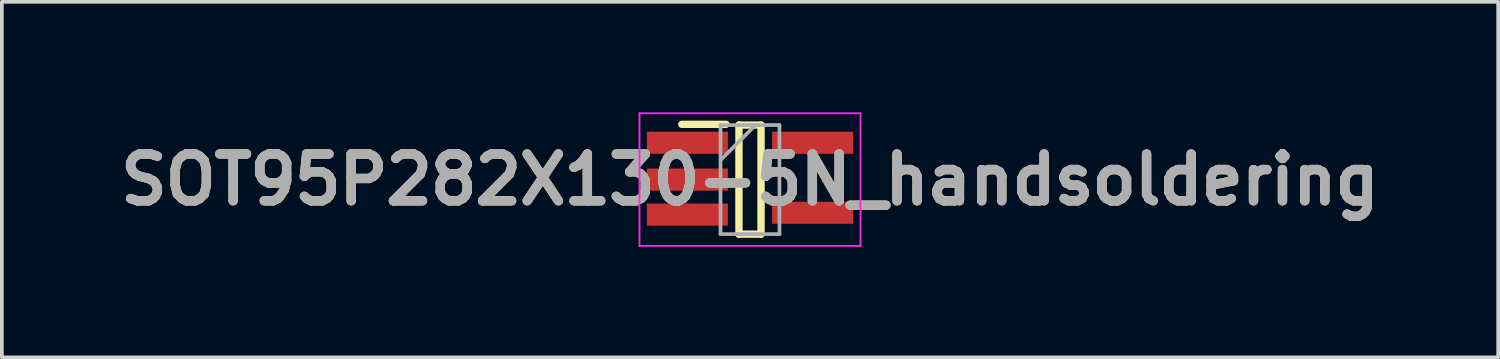
<source format=kicad_pcb>
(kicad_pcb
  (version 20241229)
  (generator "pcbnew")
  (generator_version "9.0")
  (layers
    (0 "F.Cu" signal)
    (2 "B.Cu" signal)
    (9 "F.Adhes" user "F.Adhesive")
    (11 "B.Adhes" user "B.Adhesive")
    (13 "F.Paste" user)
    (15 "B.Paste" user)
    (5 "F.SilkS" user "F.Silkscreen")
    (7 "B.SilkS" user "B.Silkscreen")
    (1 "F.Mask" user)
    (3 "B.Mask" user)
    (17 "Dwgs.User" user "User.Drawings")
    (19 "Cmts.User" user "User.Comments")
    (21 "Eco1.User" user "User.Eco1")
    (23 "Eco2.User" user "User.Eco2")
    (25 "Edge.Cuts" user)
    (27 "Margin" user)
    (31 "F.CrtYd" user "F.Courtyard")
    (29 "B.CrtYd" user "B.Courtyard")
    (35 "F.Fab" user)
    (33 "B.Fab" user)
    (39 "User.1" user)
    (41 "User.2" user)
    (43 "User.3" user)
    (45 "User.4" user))
  (footprint "SOT95P282X130-5N_handsoldering"
    (layer "F.Cu")
    (at 17.308 1.825)
    (property "Reference" "SOT95P282X130-5N_handsoldering" (at 0 0 0) (layer "F.SilkS") (effects (font (size 1.27 1.27) (thickness 0.254))))
    (attr smd)
    (fp_line (start -1.85 -1.5) (end -0.65 -1.5) (stroke (width 0.2) (type solid)) (layer "F.SilkS"))
    (fp_line (start -0.3 -1.48) (end 0.3 -1.48) (stroke (width 0.2) (type solid)) (layer "F.SilkS"))
    (fp_line (start -0.3 1.48) (end -0.3 -1.48) (stroke (width 0.2) (type solid)) (layer "F.SilkS"))
    (fp_line (start 0.3 -1.48) (end 0.3 1.48) (stroke (width 0.2) (type solid)) (layer "F.SilkS"))
    (fp_line (start 0.3 1.48) (end -0.3 1.48) (stroke (width 0.2) (type solid)) (layer "F.SilkS"))
    (fp_line (start -3 -1.8) (end 3 -1.8) (stroke (width 0.05) (type solid)) (layer "F.CrtYd"))
    (fp_line (start -3 1.8) (end -3 -1.8) (stroke (width 0.05) (type solid)) (layer "F.CrtYd"))
    (fp_line (start 3 -1.8) (end 3 1.8) (stroke (width 0.05) (type solid)) (layer "F.CrtYd"))
    (fp_line (start 3 1.8) (end -3 1.8) (stroke (width 0.05) (type solid)) (layer "F.CrtYd"))
    (fp_line (start -0.8 -1.48) (end 0.8 -1.48) (stroke (width 0.1) (type solid)) (layer "F.Fab"))
    (fp_line (start -0.8 -0.53) (end 0.15 -1.48) (stroke (width 0.1) (type solid)) (layer "F.Fab"))
    (fp_line (start -0.8 1.48) (end -0.8 -1.48) (stroke (width 0.1) (type solid)) (layer "F.Fab"))
    (fp_line (start 0.8 -1.48) (end 0.8 1.48) (stroke (width 0.1) (type solid)) (layer "F.Fab"))
    (fp_line (start 0.8 1.48) (end -0.8 1.48) (stroke (width 0.1) (type solid)) (layer "F.Fab"))
    (fp_text user "${REFERENCE}" (at 0 0 0) (layer "F.Fab") (effects (font (size 1.27 1.27) (thickness 0.254))))
    (pad "1" smd rect (at -1.7 -1 90) (size 0.6 2.2) (layers "F.Cu" "F.Mask" "F.Paste"))
    (pad "2" smd rect (at -1.7 0 90) (size 0.6 2.2) (layers "F.Cu" "F.Mask" "F.Paste"))
    (pad "3" smd rect (at -1.7 0.95 90) (size 0.6 2.2) (layers "F.Cu" "F.Mask" "F.Paste"))
    (pad "4" smd rect (at 1.7 0.9 90) (size 0.6 2.2) (layers "F.Cu" "F.Mask" "F.Paste"))
    (pad "5" smd rect (at 1.7 -1 90) (size 0.6 2.2) (layers "F.Cu" "F.Mask" "F.Paste")))
  (gr_rect
    (start -3 -3)
    (end 37.617 6.65)
    (stroke (width 0.1) (type default))
    (fill no)
    (layer "Edge.Cuts")))
</source>
